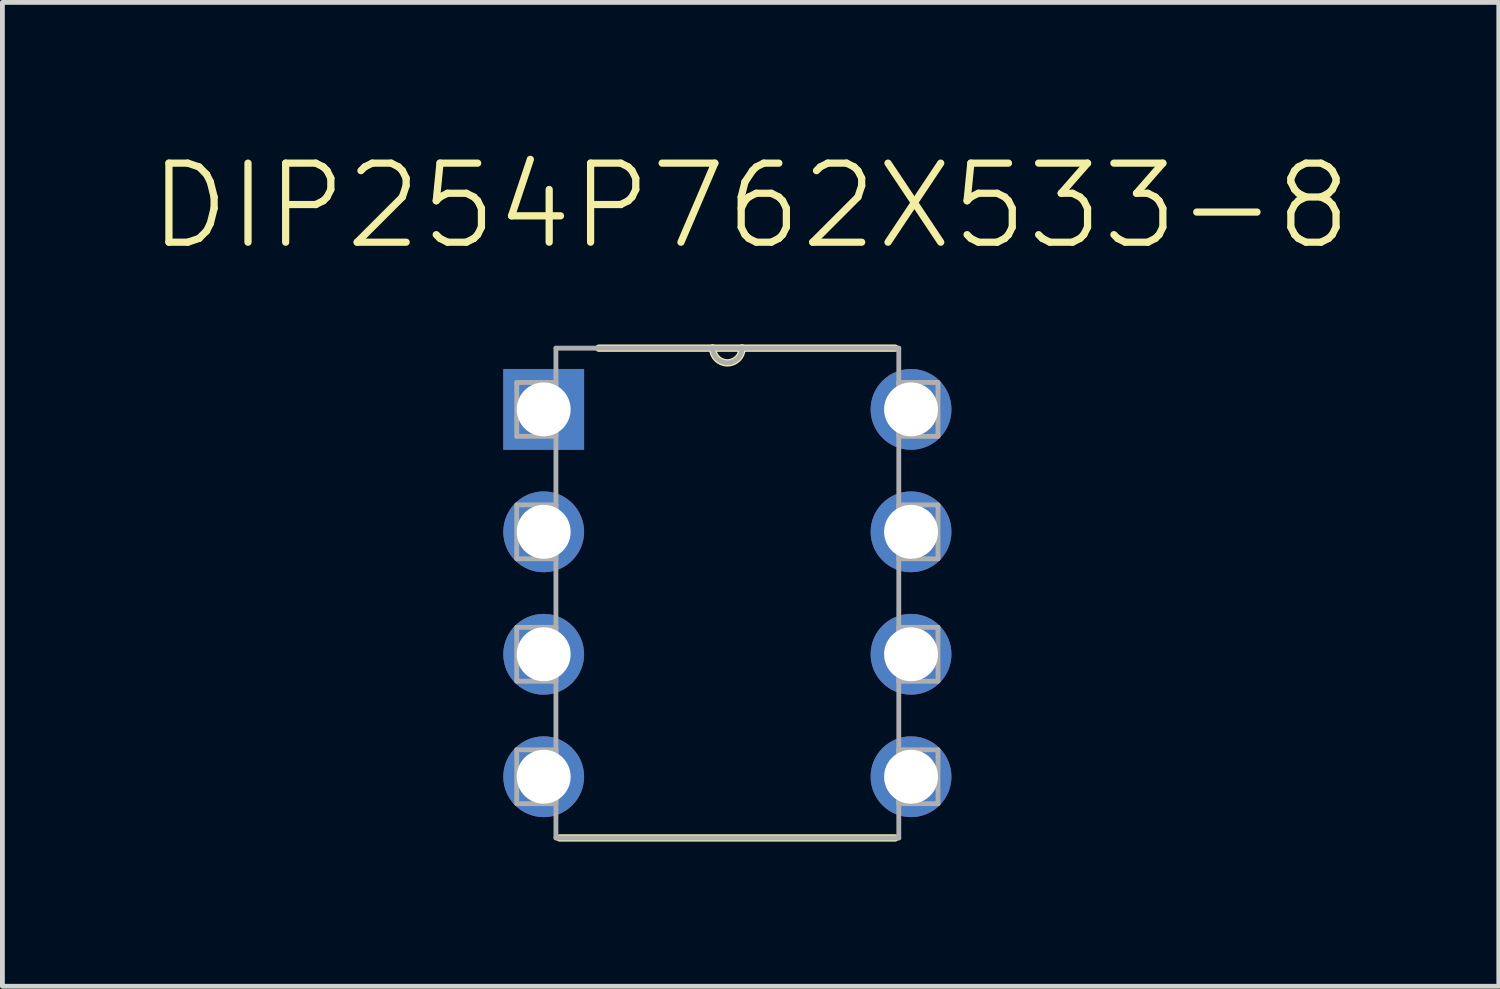
<source format=kicad_pcb>
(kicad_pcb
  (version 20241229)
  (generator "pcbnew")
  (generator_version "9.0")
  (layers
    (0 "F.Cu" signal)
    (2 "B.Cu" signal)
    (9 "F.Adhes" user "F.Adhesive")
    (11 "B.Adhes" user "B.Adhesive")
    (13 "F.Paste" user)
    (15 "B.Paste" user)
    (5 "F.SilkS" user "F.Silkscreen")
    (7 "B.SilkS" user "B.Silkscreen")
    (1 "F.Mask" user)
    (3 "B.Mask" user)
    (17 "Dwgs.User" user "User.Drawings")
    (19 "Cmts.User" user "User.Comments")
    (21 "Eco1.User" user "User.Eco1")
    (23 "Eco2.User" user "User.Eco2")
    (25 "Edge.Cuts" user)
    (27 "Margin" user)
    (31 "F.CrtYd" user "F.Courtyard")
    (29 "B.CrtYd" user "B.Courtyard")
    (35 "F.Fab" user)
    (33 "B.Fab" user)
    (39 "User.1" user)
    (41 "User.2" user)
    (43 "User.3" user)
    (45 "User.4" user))
  (footprint "DIP254P762X533-8"
    (layer "F.Cu")
    (at 15.848 13.062)
    (property "Reference" "DIP254P762X533-8" (at -3.328 -11.839 0) (layer "F.SilkS") (effects (font (size 1.64 1.64) (thickness 0.15))))
    (attr through_hole)
    (fp_line (start -7.29 1.27) (end -0.33 1.27) (stroke (width 0.152) (type solid)) (layer "F.SilkS"))
    (fp_line (start -4.115 -8.89) (end -6.477 -8.89) (stroke (width 0.152) (type solid)) (layer "F.SilkS"))
    (fp_line (start -3.505 -8.89) (end -4.115 -8.89) (stroke (width 0.152) (type solid)) (layer "F.SilkS"))
    (fp_line (start -0.33 -8.89) (end -3.505 -8.89) (stroke (width 0.152) (type solid)) (layer "F.SilkS"))
    (fp_arc (start -3.5052 -8.89) (mid -3.81 -8.5852) (end -4.1148 -8.89) (stroke (width 0.1524) (type solid)) (layer "F.SilkS"))
    (fp_line (start -8.179 -8.179) (end -8.179 -7.061) (stroke (width 0.1) (type solid)) (layer "F.Fab"))
    (fp_line (start -8.179 -7.061) (end -7.366 -7.061) (stroke (width 0.1) (type solid)) (layer "F.Fab"))
    (fp_line (start -8.179 -5.639) (end -8.179 -4.521) (stroke (width 0.1) (type solid)) (layer "F.Fab"))
    (fp_line (start -8.179 -4.521) (end -7.366 -4.521) (stroke (width 0.1) (type solid)) (layer "F.Fab"))
    (fp_line (start -8.179 -3.099) (end -8.179 -1.981) (stroke (width 0.1) (type solid)) (layer "F.Fab"))
    (fp_line (start -8.179 -1.981) (end -7.366 -1.981) (stroke (width 0.1) (type solid)) (layer "F.Fab"))
    (fp_line (start -8.179 -0.559) (end -8.179 0.559) (stroke (width 0.1) (type solid)) (layer "F.Fab"))
    (fp_line (start -8.179 0.559) (end -7.366 0.559) (stroke (width 0.1) (type solid)) (layer "F.Fab"))
    (fp_line (start -7.366 -8.89) (end -7.366 1.27) (stroke (width 0.1) (type solid)) (layer "F.Fab"))
    (fp_line (start -7.366 -8.179) (end -8.179 -8.179) (stroke (width 0.1) (type solid)) (layer "F.Fab"))
    (fp_line (start -7.366 -7.061) (end -7.366 -8.179) (stroke (width 0.1) (type solid)) (layer "F.Fab"))
    (fp_line (start -7.366 -5.639) (end -8.179 -5.639) (stroke (width 0.1) (type solid)) (layer "F.Fab"))
    (fp_line (start -7.366 -4.521) (end -7.366 -5.639) (stroke (width 0.1) (type solid)) (layer "F.Fab"))
    (fp_line (start -7.366 -3.099) (end -8.179 -3.099) (stroke (width 0.1) (type solid)) (layer "F.Fab"))
    (fp_line (start -7.366 -1.981) (end -7.366 -3.099) (stroke (width 0.1) (type solid)) (layer "F.Fab"))
    (fp_line (start -7.366 -0.559) (end -8.179 -0.559) (stroke (width 0.1) (type solid)) (layer "F.Fab"))
    (fp_line (start -7.366 0.559) (end -7.366 -0.559) (stroke (width 0.1) (type solid)) (layer "F.Fab"))
    (fp_line (start -7.366 1.27) (end -0.254 1.27) (stroke (width 0.1) (type solid)) (layer "F.Fab"))
    (fp_line (start -4.115 -8.89) (end -7.366 -8.89) (stroke (width 0.1) (type solid)) (layer "F.Fab"))
    (fp_line (start -3.505 -8.89) (end -4.115 -8.89) (stroke (width 0.1) (type solid)) (layer "F.Fab"))
    (fp_line (start -0.254 -8.89) (end -3.505 -8.89) (stroke (width 0.1) (type solid)) (layer "F.Fab"))
    (fp_line (start -0.254 -8.179) (end -0.254 -7.061) (stroke (width 0.1) (type solid)) (layer "F.Fab"))
    (fp_line (start -0.254 -7.061) (end 0.559 -7.061) (stroke (width 0.1) (type solid)) (layer "F.Fab"))
    (fp_line (start -0.254 -5.639) (end -0.254 -4.521) (stroke (width 0.1) (type solid)) (layer "F.Fab"))
    (fp_line (start -0.254 -4.521) (end 0.559 -4.521) (stroke (width 0.1) (type solid)) (layer "F.Fab"))
    (fp_line (start -0.254 -3.099) (end -0.254 -1.981) (stroke (width 0.1) (type solid)) (layer "F.Fab"))
    (fp_line (start -0.254 -1.981) (end 0.559 -1.981) (stroke (width 0.1) (type solid)) (layer "F.Fab"))
    (fp_line (start -0.254 -0.559) (end -0.254 0.559) (stroke (width 0.1) (type solid)) (layer "F.Fab"))
    (fp_line (start -0.254 0.559) (end 0.559 0.559) (stroke (width 0.1) (type solid)) (layer "F.Fab"))
    (fp_line (start -0.254 1.27) (end -0.254 -8.89) (stroke (width 0.1) (type solid)) (layer "F.Fab"))
    (fp_line (start 0.559 -8.179) (end -0.254 -8.179) (stroke (width 0.1) (type solid)) (layer "F.Fab"))
    (fp_line (start 0.559 -7.061) (end 0.559 -8.179) (stroke (width 0.1) (type solid)) (layer "F.Fab"))
    (fp_line (start 0.559 -5.639) (end -0.254 -5.639) (stroke (width 0.1) (type solid)) (layer "F.Fab"))
    (fp_line (start 0.559 -4.521) (end 0.559 -5.639) (stroke (width 0.1) (type solid)) (layer "F.Fab"))
    (fp_line (start 0.559 -3.099) (end -0.254 -3.099) (stroke (width 0.1) (type solid)) (layer "F.Fab"))
    (fp_line (start 0.559 -1.981) (end 0.559 -3.099) (stroke (width 0.1) (type solid)) (layer "F.Fab"))
    (fp_line (start 0.559 -0.559) (end -0.254 -0.559) (stroke (width 0.1) (type solid)) (layer "F.Fab"))
    (fp_line (start 0.559 0.559) (end 0.559 -0.559) (stroke (width 0.1) (type solid)) (layer "F.Fab"))
    (fp_arc (start -3.5052 -8.89) (mid -3.81 -8.5852) (end -4.1148 -8.89) (stroke (width 0.1) (type solid)) (layer "F.Fab"))
    (pad "1" thru_hole rect (at -7.62 -7.62) (size 1.676 1.676) (drill 1.118) (layers "*.Cu" "*.Mask"))
    (pad "2" thru_hole circle (at -7.62 -5.08) (size 1.676 1.676) (drill 1.118) (layers "*.Cu" "*.Mask"))
    (pad "3" thru_hole circle (at -7.62 -2.54) (size 1.676 1.676) (drill 1.118) (layers "*.Cu" "*.Mask"))
    (pad "4" thru_hole circle (at -7.62 0) (size 1.676 1.676) (drill 1.118) (layers "*.Cu" "*.Mask"))
    (pad "5" thru_hole circle (at 0 0) (size 1.676 1.676) (drill 1.118) (layers "*.Cu" "*.Mask"))
    (pad "6" thru_hole circle (at 0 -2.54) (size 1.676 1.676) (drill 1.118) (layers "*.Cu" "*.Mask"))
    (pad "7" thru_hole circle (at 0 -5.08) (size 1.676 1.676) (drill 1.118) (layers "*.Cu" "*.Mask"))
    (pad "8" thru_hole circle (at 0 -7.62) (size 1.676 1.676) (drill 1.118) (layers "*.Cu" "*.Mask")))
  (gr_rect
    (start -3 -3)
    (end 28.04 17.408)
    (stroke (width 0.1) (type default))
    (fill no)
    (layer "Edge.Cuts")))
</source>
